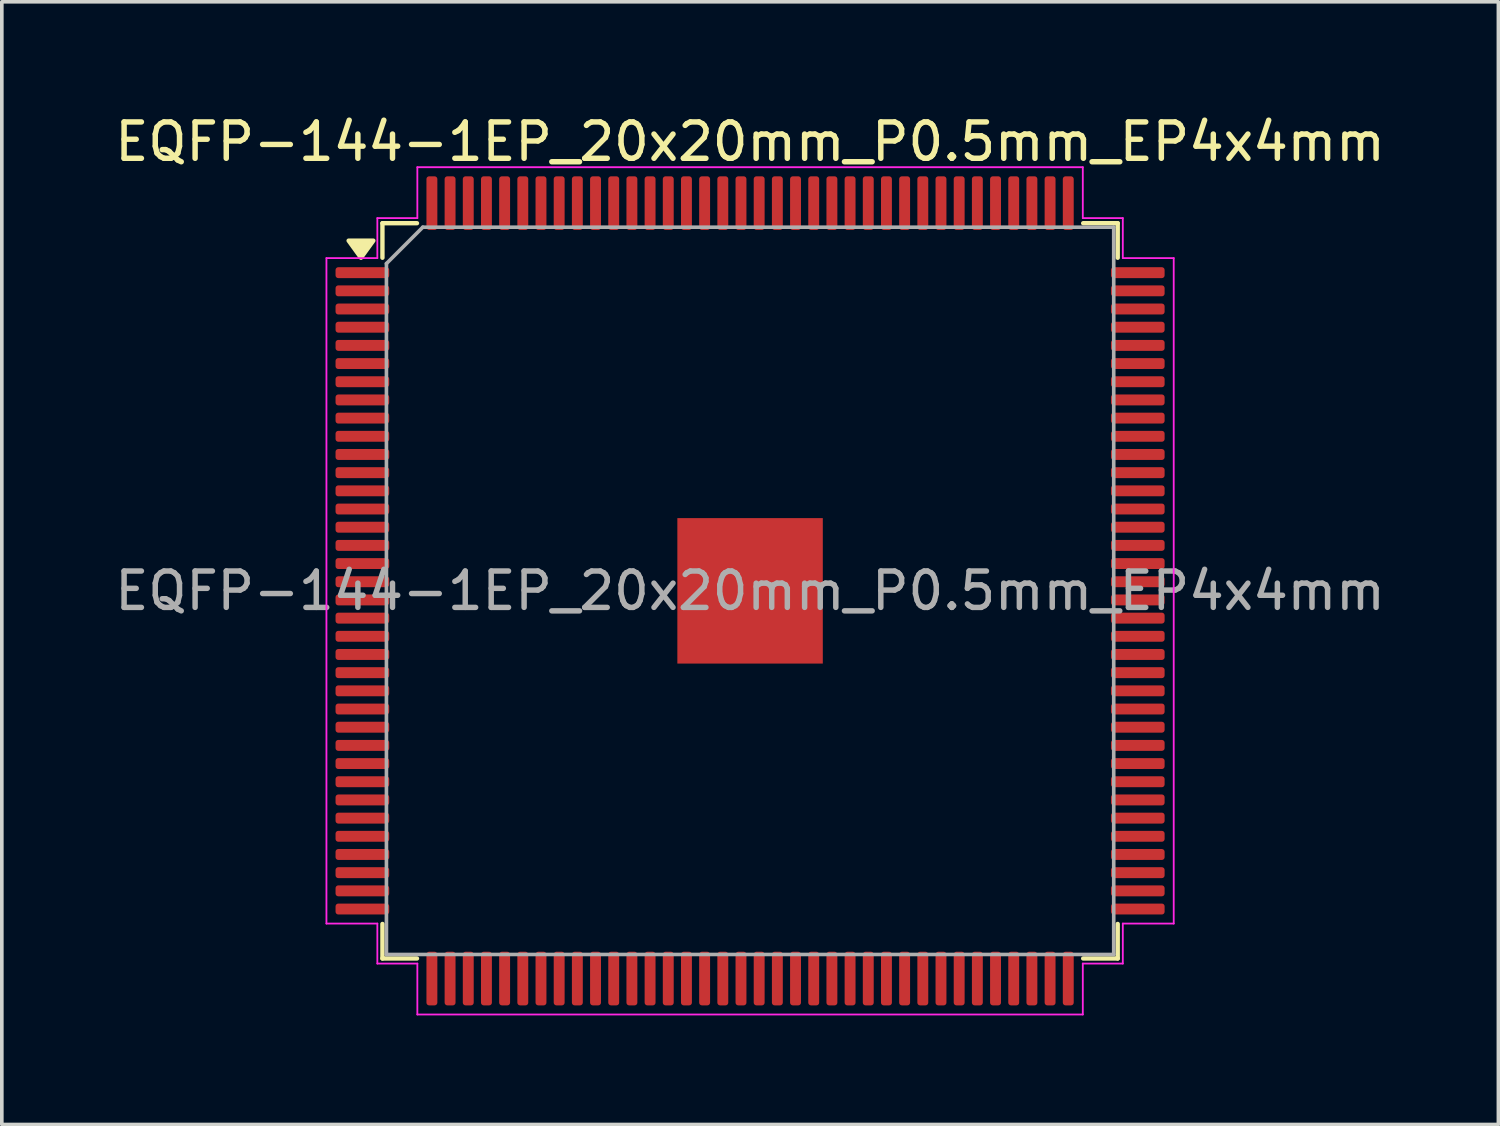
<source format=kicad_pcb>
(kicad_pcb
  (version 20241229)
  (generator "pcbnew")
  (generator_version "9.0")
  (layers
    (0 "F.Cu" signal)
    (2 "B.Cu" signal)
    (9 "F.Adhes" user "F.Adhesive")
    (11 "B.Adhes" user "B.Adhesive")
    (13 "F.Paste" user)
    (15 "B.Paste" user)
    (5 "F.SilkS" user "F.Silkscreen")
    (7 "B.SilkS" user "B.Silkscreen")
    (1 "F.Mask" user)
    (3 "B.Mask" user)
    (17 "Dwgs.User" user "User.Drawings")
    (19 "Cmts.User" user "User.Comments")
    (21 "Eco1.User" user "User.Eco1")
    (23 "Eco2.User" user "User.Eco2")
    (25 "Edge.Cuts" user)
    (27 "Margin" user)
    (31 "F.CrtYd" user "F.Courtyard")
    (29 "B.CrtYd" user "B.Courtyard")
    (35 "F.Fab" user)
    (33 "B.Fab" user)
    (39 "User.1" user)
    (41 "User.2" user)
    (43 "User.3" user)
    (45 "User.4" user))
  (footprint "EQFP-144-1EP_20x20mm_P0.5mm_EP4x4mm"
    (layer "F.Cu")
    (at 17.577 13.198)
    (property "Reference" "EQFP-144-1EP_20x20mm_P0.5mm_EP4x4mm" (at 0 -12.35 0) (layer "F.SilkS") (effects (font (size 1 1) (thickness 0.15))))
    (attr smd)
    (fp_line (start -10.11 -10.11) (end -10.11 -9.16) (stroke (width 0.12) (type solid)) (layer "F.SilkS"))
    (fp_line (start -10.11 10.11) (end -10.11 9.16) (stroke (width 0.12) (type solid)) (layer "F.SilkS"))
    (fp_line (start -9.16 -10.11) (end -10.11 -10.11) (stroke (width 0.12) (type solid)) (layer "F.SilkS"))
    (fp_line (start -9.16 10.11) (end -10.11 10.11) (stroke (width 0.12) (type solid)) (layer "F.SilkS"))
    (fp_line (start 9.16 -10.11) (end 10.11 -10.11) (stroke (width 0.12) (type solid)) (layer "F.SilkS"))
    (fp_line (start 9.16 10.11) (end 10.11 10.11) (stroke (width 0.12) (type solid)) (layer "F.SilkS"))
    (fp_line (start 10.11 -10.11) (end 10.11 -9.16) (stroke (width 0.12) (type solid)) (layer "F.SilkS"))
    (fp_line (start 10.11 10.11) (end 10.11 9.16) (stroke (width 0.12) (type solid)) (layer "F.SilkS"))
    (fp_poly (pts (xy -10.7 -9.16) (xy -11.04 -9.63) (xy -10.36 -9.63)) (stroke (width 0.12) (type solid)) (fill yes) (layer "F.SilkS"))
    (fp_line (start -11.65 -9.15) (end -10.25 -9.15) (stroke (width 0.05) (type solid)) (layer "F.CrtYd"))
    (fp_line (start -11.65 9.15) (end -11.65 -9.15) (stroke (width 0.05) (type solid)) (layer "F.CrtYd"))
    (fp_line (start -10.25 -10.25) (end -9.15 -10.25) (stroke (width 0.05) (type solid)) (layer "F.CrtYd"))
    (fp_line (start -10.25 -9.15) (end -10.25 -10.25) (stroke (width 0.05) (type solid)) (layer "F.CrtYd"))
    (fp_line (start -10.25 9.15) (end -11.65 9.15) (stroke (width 0.05) (type solid)) (layer "F.CrtYd"))
    (fp_line (start -10.25 10.25) (end -10.25 9.15) (stroke (width 0.05) (type solid)) (layer "F.CrtYd"))
    (fp_line (start -9.15 -11.65) (end 9.15 -11.65) (stroke (width 0.05) (type solid)) (layer "F.CrtYd"))
    (fp_line (start -9.15 -10.25) (end -9.15 -11.65) (stroke (width 0.05) (type solid)) (layer "F.CrtYd"))
    (fp_line (start -9.15 10.25) (end -10.25 10.25) (stroke (width 0.05) (type solid)) (layer "F.CrtYd"))
    (fp_line (start -9.15 11.65) (end -9.15 10.25) (stroke (width 0.05) (type solid)) (layer "F.CrtYd"))
    (fp_line (start 9.15 -11.65) (end 9.15 -10.25) (stroke (width 0.05) (type solid)) (layer "F.CrtYd"))
    (fp_line (start 9.15 -10.25) (end 10.25 -10.25) (stroke (width 0.05) (type solid)) (layer "F.CrtYd"))
    (fp_line (start 9.15 10.25) (end 9.15 11.65) (stroke (width 0.05) (type solid)) (layer "F.CrtYd"))
    (fp_line (start 9.15 11.65) (end -9.15 11.65) (stroke (width 0.05) (type solid)) (layer "F.CrtYd"))
    (fp_line (start 10.25 -10.25) (end 10.25 -9.15) (stroke (width 0.05) (type solid)) (layer "F.CrtYd"))
    (fp_line (start 10.25 -9.15) (end 11.65 -9.15) (stroke (width 0.05) (type solid)) (layer "F.CrtYd"))
    (fp_line (start 10.25 9.15) (end 10.25 10.25) (stroke (width 0.05) (type solid)) (layer "F.CrtYd"))
    (fp_line (start 10.25 10.25) (end 9.15 10.25) (stroke (width 0.05) (type solid)) (layer "F.CrtYd"))
    (fp_line (start 11.65 -9.15) (end 11.65 9.15) (stroke (width 0.05) (type solid)) (layer "F.CrtYd"))
    (fp_line (start 11.65 9.15) (end 10.25 9.15) (stroke (width 0.05) (type solid)) (layer "F.CrtYd"))
    (fp_line (start -10 -9) (end -9 -10) (stroke (width 0.1) (type solid)) (layer "F.Fab"))
    (fp_line (start -10 10) (end -10 -9) (stroke (width 0.1) (type solid)) (layer "F.Fab"))
    (fp_line (start -9 -10) (end 10 -10) (stroke (width 0.1) (type solid)) (layer "F.Fab"))
    (fp_line (start 10 -10) (end 10 10) (stroke (width 0.1) (type solid)) (layer "F.Fab"))
    (fp_line (start 10 10) (end -10 10) (stroke (width 0.1) (type solid)) (layer "F.Fab"))
    (fp_text user "${REFERENCE}" (at 0 0 0) (layer "F.Fab") (effects (font (size 1 1) (thickness 0.15))))
    (pad "" smd roundrect (at -1.33 -1.33) (size 1.07 1.07) (layers "F.Paste") (roundrect_rratio 0.234))
    (pad "" smd roundrect (at -1.33 0) (size 1.07 1.07) (layers "F.Paste") (roundrect_rratio 0.234))
    (pad "" smd roundrect (at -1.33 1.33) (size 1.07 1.07) (layers "F.Paste") (roundrect_rratio 0.234))
    (pad "" smd roundrect (at 0 -1.33) (size 1.07 1.07) (layers "F.Paste") (roundrect_rratio 0.234))
    (pad "" smd roundrect (at 0 0) (size 1.07 1.07) (layers "F.Paste") (roundrect_rratio 0.234))
    (pad "" smd roundrect (at 0 1.33) (size 1.07 1.07) (layers "F.Paste") (roundrect_rratio 0.234))
    (pad "" smd roundrect (at 1.33 -1.33) (size 1.07 1.07) (layers "F.Paste") (roundrect_rratio 0.234))
    (pad "" smd roundrect (at 1.33 0) (size 1.07 1.07) (layers "F.Paste") (roundrect_rratio 0.234))
    (pad "" smd roundrect (at 1.33 1.33) (size 1.07 1.07) (layers "F.Paste") (roundrect_rratio 0.234))
    (pad "1" smd roundrect (at -10.662 -8.75) (size 1.475 0.3) (layers "F.Cu" "F.Mask" "F.Paste") (roundrect_rratio 0.25))
    (pad "2" smd roundrect (at -10.662 -8.25) (size 1.475 0.3) (layers "F.Cu" "F.Mask" "F.Paste") (roundrect_rratio 0.25))
    (pad "3" smd roundrect (at -10.662 -7.75) (size 1.475 0.3) (layers "F.Cu" "F.Mask" "F.Paste") (roundrect_rratio 0.25))
    (pad "4" smd roundrect (at -10.662 -7.25) (size 1.475 0.3) (layers "F.Cu" "F.Mask" "F.Paste") (roundrect_rratio 0.25))
    (pad "5" smd roundrect (at -10.662 -6.75) (size 1.475 0.3) (layers "F.Cu" "F.Mask" "F.Paste") (roundrect_rratio 0.25))
    (pad "6" smd roundrect (at -10.662 -6.25) (size 1.475 0.3) (layers "F.Cu" "F.Mask" "F.Paste") (roundrect_rratio 0.25))
    (pad "7" smd roundrect (at -10.662 -5.75) (size 1.475 0.3) (layers "F.Cu" "F.Mask" "F.Paste") (roundrect_rratio 0.25))
    (pad "8" smd roundrect (at -10.662 -5.25) (size 1.475 0.3) (layers "F.Cu" "F.Mask" "F.Paste") (roundrect_rratio 0.25))
    (pad "9" smd roundrect (at -10.662 -4.75) (size 1.475 0.3) (layers "F.Cu" "F.Mask" "F.Paste") (roundrect_rratio 0.25))
    (pad "10" smd roundrect (at -10.662 -4.25) (size 1.475 0.3) (layers "F.Cu" "F.Mask" "F.Paste") (roundrect_rratio 0.25))
    (pad "11" smd roundrect (at -10.662 -3.75) (size 1.475 0.3) (layers "F.Cu" "F.Mask" "F.Paste") (roundrect_rratio 0.25))
    (pad "12" smd roundrect (at -10.662 -3.25) (size 1.475 0.3) (layers "F.Cu" "F.Mask" "F.Paste") (roundrect_rratio 0.25))
    (pad "13" smd roundrect (at -10.662 -2.75) (size 1.475 0.3) (layers "F.Cu" "F.Mask" "F.Paste") (roundrect_rratio 0.25))
    (pad "14" smd roundrect (at -10.662 -2.25) (size 1.475 0.3) (layers "F.Cu" "F.Mask" "F.Paste") (roundrect_rratio 0.25))
    (pad "15" smd roundrect (at -10.662 -1.75) (size 1.475 0.3) (layers "F.Cu" "F.Mask" "F.Paste") (roundrect_rratio 0.25))
    (pad "16" smd roundrect (at -10.662 -1.25) (size 1.475 0.3) (layers "F.Cu" "F.Mask" "F.Paste") (roundrect_rratio 0.25))
    (pad "17" smd roundrect (at -10.662 -0.75) (size 1.475 0.3) (layers "F.Cu" "F.Mask" "F.Paste") (roundrect_rratio 0.25))
    (pad "18" smd roundrect (at -10.662 -0.25) (size 1.475 0.3) (layers "F.Cu" "F.Mask" "F.Paste") (roundrect_rratio 0.25))
    (pad "19" smd roundrect (at -10.662 0.25) (size 1.475 0.3) (layers "F.Cu" "F.Mask" "F.Paste") (roundrect_rratio 0.25))
    (pad "20" smd roundrect (at -10.662 0.75) (size 1.475 0.3) (layers "F.Cu" "F.Mask" "F.Paste") (roundrect_rratio 0.25))
    (pad "21" smd roundrect (at -10.662 1.25) (size 1.475 0.3) (layers "F.Cu" "F.Mask" "F.Paste") (roundrect_rratio 0.25))
    (pad "22" smd roundrect (at -10.662 1.75) (size 1.475 0.3) (layers "F.Cu" "F.Mask" "F.Paste") (roundrect_rratio 0.25))
    (pad "23" smd roundrect (at -10.662 2.25) (size 1.475 0.3) (layers "F.Cu" "F.Mask" "F.Paste") (roundrect_rratio 0.25))
    (pad "24" smd roundrect (at -10.662 2.75) (size 1.475 0.3) (layers "F.Cu" "F.Mask" "F.Paste") (roundrect_rratio 0.25))
    (pad "25" smd roundrect (at -10.662 3.25) (size 1.475 0.3) (layers "F.Cu" "F.Mask" "F.Paste") (roundrect_rratio 0.25))
    (pad "26" smd roundrect (at -10.662 3.75) (size 1.475 0.3) (layers "F.Cu" "F.Mask" "F.Paste") (roundrect_rratio 0.25))
    (pad "27" smd roundrect (at -10.662 4.25) (size 1.475 0.3) (layers "F.Cu" "F.Mask" "F.Paste") (roundrect_rratio 0.25))
    (pad "28" smd roundrect (at -10.662 4.75) (size 1.475 0.3) (layers "F.Cu" "F.Mask" "F.Paste") (roundrect_rratio 0.25))
    (pad "29" smd roundrect (at -10.662 5.25) (size 1.475 0.3) (layers "F.Cu" "F.Mask" "F.Paste") (roundrect_rratio 0.25))
    (pad "30" smd roundrect (at -10.662 5.75) (size 1.475 0.3) (layers "F.Cu" "F.Mask" "F.Paste") (roundrect_rratio 0.25))
    (pad "31" smd roundrect (at -10.662 6.25) (size 1.475 0.3) (layers "F.Cu" "F.Mask" "F.Paste") (roundrect_rratio 0.25))
    (pad "32" smd roundrect (at -10.662 6.75) (size 1.475 0.3) (layers "F.Cu" "F.Mask" "F.Paste") (roundrect_rratio 0.25))
    (pad "33" smd roundrect (at -10.662 7.25) (size 1.475 0.3) (layers "F.Cu" "F.Mask" "F.Paste") (roundrect_rratio 0.25))
    (pad "34" smd roundrect (at -10.662 7.75) (size 1.475 0.3) (layers "F.Cu" "F.Mask" "F.Paste") (roundrect_rratio 0.25))
    (pad "35" smd roundrect (at -10.662 8.25) (size 1.475 0.3) (layers "F.Cu" "F.Mask" "F.Paste") (roundrect_rratio 0.25))
    (pad "36" smd roundrect (at -10.662 8.75) (size 1.475 0.3) (layers "F.Cu" "F.Mask" "F.Paste") (roundrect_rratio 0.25))
    (pad "37" smd roundrect (at -8.75 10.662) (size 0.3 1.475) (layers "F.Cu" "F.Mask" "F.Paste") (roundrect_rratio 0.25))
    (pad "38" smd roundrect (at -8.25 10.662) (size 0.3 1.475) (layers "F.Cu" "F.Mask" "F.Paste") (roundrect_rratio 0.25))
    (pad "39" smd roundrect (at -7.75 10.662) (size 0.3 1.475) (layers "F.Cu" "F.Mask" "F.Paste") (roundrect_rratio 0.25))
    (pad "40" smd roundrect (at -7.25 10.662) (size 0.3 1.475) (layers "F.Cu" "F.Mask" "F.Paste") (roundrect_rratio 0.25))
    (pad "41" smd roundrect (at -6.75 10.662) (size 0.3 1.475) (layers "F.Cu" "F.Mask" "F.Paste") (roundrect_rratio 0.25))
    (pad "42" smd roundrect (at -6.25 10.662) (size 0.3 1.475) (layers "F.Cu" "F.Mask" "F.Paste") (roundrect_rratio 0.25))
    (pad "43" smd roundrect (at -5.75 10.662) (size 0.3 1.475) (layers "F.Cu" "F.Mask" "F.Paste") (roundrect_rratio 0.25))
    (pad "44" smd roundrect (at -5.25 10.662) (size 0.3 1.475) (layers "F.Cu" "F.Mask" "F.Paste") (roundrect_rratio 0.25))
    (pad "45" smd roundrect (at -4.75 10.662) (size 0.3 1.475) (layers "F.Cu" "F.Mask" "F.Paste") (roundrect_rratio 0.25))
    (pad "46" smd roundrect (at -4.25 10.662) (size 0.3 1.475) (layers "F.Cu" "F.Mask" "F.Paste") (roundrect_rratio 0.25))
    (pad "47" smd roundrect (at -3.75 10.662) (size 0.3 1.475) (layers "F.Cu" "F.Mask" "F.Paste") (roundrect_rratio 0.25))
    (pad "48" smd roundrect (at -3.25 10.662) (size 0.3 1.475) (layers "F.Cu" "F.Mask" "F.Paste") (roundrect_rratio 0.25))
    (pad "49" smd roundrect (at -2.75 10.662) (size 0.3 1.475) (layers "F.Cu" "F.Mask" "F.Paste") (roundrect_rratio 0.25))
    (pad "50" smd roundrect (at -2.25 10.662) (size 0.3 1.475) (layers "F.Cu" "F.Mask" "F.Paste") (roundrect_rratio 0.25))
    (pad "51" smd roundrect (at -1.75 10.662) (size 0.3 1.475) (layers "F.Cu" "F.Mask" "F.Paste") (roundrect_rratio 0.25))
    (pad "52" smd roundrect (at -1.25 10.662) (size 0.3 1.475) (layers "F.Cu" "F.Mask" "F.Paste") (roundrect_rratio 0.25))
    (pad "53" smd roundrect (at -0.75 10.662) (size 0.3 1.475) (layers "F.Cu" "F.Mask" "F.Paste") (roundrect_rratio 0.25))
    (pad "54" smd roundrect (at -0.25 10.662) (size 0.3 1.475) (layers "F.Cu" "F.Mask" "F.Paste") (roundrect_rratio 0.25))
    (pad "55" smd roundrect (at 0.25 10.662) (size 0.3 1.475) (layers "F.Cu" "F.Mask" "F.Paste") (roundrect_rratio 0.25))
    (pad "56" smd roundrect (at 0.75 10.662) (size 0.3 1.475) (layers "F.Cu" "F.Mask" "F.Paste") (roundrect_rratio 0.25))
    (pad "57" smd roundrect (at 1.25 10.662) (size 0.3 1.475) (layers "F.Cu" "F.Mask" "F.Paste") (roundrect_rratio 0.25))
    (pad "58" smd roundrect (at 1.75 10.662) (size 0.3 1.475) (layers "F.Cu" "F.Mask" "F.Paste") (roundrect_rratio 0.25))
    (pad "59" smd roundrect (at 2.25 10.662) (size 0.3 1.475) (layers "F.Cu" "F.Mask" "F.Paste") (roundrect_rratio 0.25))
    (pad "60" smd roundrect (at 2.75 10.662) (size 0.3 1.475) (layers "F.Cu" "F.Mask" "F.Paste") (roundrect_rratio 0.25))
    (pad "61" smd roundrect (at 3.25 10.662) (size 0.3 1.475) (layers "F.Cu" "F.Mask" "F.Paste") (roundrect_rratio 0.25))
    (pad "62" smd roundrect (at 3.75 10.662) (size 0.3 1.475) (layers "F.Cu" "F.Mask" "F.Paste") (roundrect_rratio 0.25))
    (pad "63" smd roundrect (at 4.25 10.662) (size 0.3 1.475) (layers "F.Cu" "F.Mask" "F.Paste") (roundrect_rratio 0.25))
    (pad "64" smd roundrect (at 4.75 10.662) (size 0.3 1.475) (layers "F.Cu" "F.Mask" "F.Paste") (roundrect_rratio 0.25))
    (pad "65" smd roundrect (at 5.25 10.662) (size 0.3 1.475) (layers "F.Cu" "F.Mask" "F.Paste") (roundrect_rratio 0.25))
    (pad "66" smd roundrect (at 5.75 10.662) (size 0.3 1.475) (layers "F.Cu" "F.Mask" "F.Paste") (roundrect_rratio 0.25))
    (pad "67" smd roundrect (at 6.25 10.662) (size 0.3 1.475) (layers "F.Cu" "F.Mask" "F.Paste") (roundrect_rratio 0.25))
    (pad "68" smd roundrect (at 6.75 10.662) (size 0.3 1.475) (layers "F.Cu" "F.Mask" "F.Paste") (roundrect_rratio 0.25))
    (pad "69" smd roundrect (at 7.25 10.662) (size 0.3 1.475) (layers "F.Cu" "F.Mask" "F.Paste") (roundrect_rratio 0.25))
    (pad "70" smd roundrect (at 7.75 10.662) (size 0.3 1.475) (layers "F.Cu" "F.Mask" "F.Paste") (roundrect_rratio 0.25))
    (pad "71" smd roundrect (at 8.25 10.662) (size 0.3 1.475) (layers "F.Cu" "F.Mask" "F.Paste") (roundrect_rratio 0.25))
    (pad "72" smd roundrect (at 8.75 10.662) (size 0.3 1.475) (layers "F.Cu" "F.Mask" "F.Paste") (roundrect_rratio 0.25))
    (pad "73" smd roundrect (at 10.662 8.75) (size 1.475 0.3) (layers "F.Cu" "F.Mask" "F.Paste") (roundrect_rratio 0.25))
    (pad "74" smd roundrect (at 10.662 8.25) (size 1.475 0.3) (layers "F.Cu" "F.Mask" "F.Paste") (roundrect_rratio 0.25))
    (pad "75" smd roundrect (at 10.662 7.75) (size 1.475 0.3) (layers "F.Cu" "F.Mask" "F.Paste") (roundrect_rratio 0.25))
    (pad "76" smd roundrect (at 10.662 7.25) (size 1.475 0.3) (layers "F.Cu" "F.Mask" "F.Paste") (roundrect_rratio 0.25))
    (pad "77" smd roundrect (at 10.662 6.75) (size 1.475 0.3) (layers "F.Cu" "F.Mask" "F.Paste") (roundrect_rratio 0.25))
    (pad "78" smd roundrect (at 10.662 6.25) (size 1.475 0.3) (layers "F.Cu" "F.Mask" "F.Paste") (roundrect_rratio 0.25))
    (pad "79" smd roundrect (at 10.662 5.75) (size 1.475 0.3) (layers "F.Cu" "F.Mask" "F.Paste") (roundrect_rratio 0.25))
    (pad "80" smd roundrect (at 10.662 5.25) (size 1.475 0.3) (layers "F.Cu" "F.Mask" "F.Paste") (roundrect_rratio 0.25))
    (pad "81" smd roundrect (at 10.662 4.75) (size 1.475 0.3) (layers "F.Cu" "F.Mask" "F.Paste") (roundrect_rratio 0.25))
    (pad "82" smd roundrect (at 10.662 4.25) (size 1.475 0.3) (layers "F.Cu" "F.Mask" "F.Paste") (roundrect_rratio 0.25))
    (pad "83" smd roundrect (at 10.662 3.75) (size 1.475 0.3) (layers "F.Cu" "F.Mask" "F.Paste") (roundrect_rratio 0.25))
    (pad "84" smd roundrect (at 10.662 3.25) (size 1.475 0.3) (layers "F.Cu" "F.Mask" "F.Paste") (roundrect_rratio 0.25))
    (pad "85" smd roundrect (at 10.662 2.75) (size 1.475 0.3) (layers "F.Cu" "F.Mask" "F.Paste") (roundrect_rratio 0.25))
    (pad "86" smd roundrect (at 10.662 2.25) (size 1.475 0.3) (layers "F.Cu" "F.Mask" "F.Paste") (roundrect_rratio 0.25))
    (pad "87" smd roundrect (at 10.662 1.75) (size 1.475 0.3) (layers "F.Cu" "F.Mask" "F.Paste") (roundrect_rratio 0.25))
    (pad "88" smd roundrect (at 10.662 1.25) (size 1.475 0.3) (layers "F.Cu" "F.Mask" "F.Paste") (roundrect_rratio 0.25))
    (pad "89" smd roundrect (at 10.662 0.75) (size 1.475 0.3) (layers "F.Cu" "F.Mask" "F.Paste") (roundrect_rratio 0.25))
    (pad "90" smd roundrect (at 10.662 0.25) (size 1.475 0.3) (layers "F.Cu" "F.Mask" "F.Paste") (roundrect_rratio 0.25))
    (pad "91" smd roundrect (at 10.662 -0.25) (size 1.475 0.3) (layers "F.Cu" "F.Mask" "F.Paste") (roundrect_rratio 0.25))
    (pad "92" smd roundrect (at 10.662 -0.75) (size 1.475 0.3) (layers "F.Cu" "F.Mask" "F.Paste") (roundrect_rratio 0.25))
    (pad "93" smd roundrect (at 10.662 -1.25) (size 1.475 0.3) (layers "F.Cu" "F.Mask" "F.Paste") (roundrect_rratio 0.25))
    (pad "94" smd roundrect (at 10.662 -1.75) (size 1.475 0.3) (layers "F.Cu" "F.Mask" "F.Paste") (roundrect_rratio 0.25))
    (pad "95" smd roundrect (at 10.662 -2.25) (size 1.475 0.3) (layers "F.Cu" "F.Mask" "F.Paste") (roundrect_rratio 0.25))
    (pad "96" smd roundrect (at 10.662 -2.75) (size 1.475 0.3) (layers "F.Cu" "F.Mask" "F.Paste") (roundrect_rratio 0.25))
    (pad "97" smd roundrect (at 10.662 -3.25) (size 1.475 0.3) (layers "F.Cu" "F.Mask" "F.Paste") (roundrect_rratio 0.25))
    (pad "98" smd roundrect (at 10.662 -3.75) (size 1.475 0.3) (layers "F.Cu" "F.Mask" "F.Paste") (roundrect_rratio 0.25))
    (pad "99" smd roundrect (at 10.662 -4.25) (size 1.475 0.3) (layers "F.Cu" "F.Mask" "F.Paste") (roundrect_rratio 0.25))
    (pad "100" smd roundrect (at 10.662 -4.75) (size 1.475 0.3) (layers "F.Cu" "F.Mask" "F.Paste") (roundrect_rratio 0.25))
    (pad "101" smd roundrect (at 10.662 -5.25) (size 1.475 0.3) (layers "F.Cu" "F.Mask" "F.Paste") (roundrect_rratio 0.25))
    (pad "102" smd roundrect (at 10.662 -5.75) (size 1.475 0.3) (layers "F.Cu" "F.Mask" "F.Paste") (roundrect_rratio 0.25))
    (pad "103" smd roundrect (at 10.662 -6.25) (size 1.475 0.3) (layers "F.Cu" "F.Mask" "F.Paste") (roundrect_rratio 0.25))
    (pad "104" smd roundrect (at 10.662 -6.75) (size 1.475 0.3) (layers "F.Cu" "F.Mask" "F.Paste") (roundrect_rratio 0.25))
    (pad "105" smd roundrect (at 10.662 -7.25) (size 1.475 0.3) (layers "F.Cu" "F.Mask" "F.Paste") (roundrect_rratio 0.25))
    (pad "106" smd roundrect (at 10.662 -7.75) (size 1.475 0.3) (layers "F.Cu" "F.Mask" "F.Paste") (roundrect_rratio 0.25))
    (pad "107" smd roundrect (at 10.662 -8.25) (size 1.475 0.3) (layers "F.Cu" "F.Mask" "F.Paste") (roundrect_rratio 0.25))
    (pad "108" smd roundrect (at 10.662 -8.75) (size 1.475 0.3) (layers "F.Cu" "F.Mask" "F.Paste") (roundrect_rratio 0.25))
    (pad "109" smd roundrect (at 8.75 -10.662) (size 0.3 1.475) (layers "F.Cu" "F.Mask" "F.Paste") (roundrect_rratio 0.25))
    (pad "110" smd roundrect (at 8.25 -10.662) (size 0.3 1.475) (layers "F.Cu" "F.Mask" "F.Paste") (roundrect_rratio 0.25))
    (pad "111" smd roundrect (at 7.75 -10.662) (size 0.3 1.475) (layers "F.Cu" "F.Mask" "F.Paste") (roundrect_rratio 0.25))
    (pad "112" smd roundrect (at 7.25 -10.662) (size 0.3 1.475) (layers "F.Cu" "F.Mask" "F.Paste") (roundrect_rratio 0.25))
    (pad "113" smd roundrect (at 6.75 -10.662) (size 0.3 1.475) (layers "F.Cu" "F.Mask" "F.Paste") (roundrect_rratio 0.25))
    (pad "114" smd roundrect (at 6.25 -10.662) (size 0.3 1.475) (layers "F.Cu" "F.Mask" "F.Paste") (roundrect_rratio 0.25))
    (pad "115" smd roundrect (at 5.75 -10.662) (size 0.3 1.475) (layers "F.Cu" "F.Mask" "F.Paste") (roundrect_rratio 0.25))
    (pad "116" smd roundrect (at 5.25 -10.662) (size 0.3 1.475) (layers "F.Cu" "F.Mask" "F.Paste") (roundrect_rratio 0.25))
    (pad "117" smd roundrect (at 4.75 -10.662) (size 0.3 1.475) (layers "F.Cu" "F.Mask" "F.Paste") (roundrect_rratio 0.25))
    (pad "118" smd roundrect (at 4.25 -10.662) (size 0.3 1.475) (layers "F.Cu" "F.Mask" "F.Paste") (roundrect_rratio 0.25))
    (pad "119" smd roundrect (at 3.75 -10.662) (size 0.3 1.475) (layers "F.Cu" "F.Mask" "F.Paste") (roundrect_rratio 0.25))
    (pad "120" smd roundrect (at 3.25 -10.662) (size 0.3 1.475) (layers "F.Cu" "F.Mask" "F.Paste") (roundrect_rratio 0.25))
    (pad "121" smd roundrect (at 2.75 -10.662) (size 0.3 1.475) (layers "F.Cu" "F.Mask" "F.Paste") (roundrect_rratio 0.25))
    (pad "122" smd roundrect (at 2.25 -10.662) (size 0.3 1.475) (layers "F.Cu" "F.Mask" "F.Paste") (roundrect_rratio 0.25))
    (pad "123" smd roundrect (at 1.75 -10.662) (size 0.3 1.475) (layers "F.Cu" "F.Mask" "F.Paste") (roundrect_rratio 0.25))
    (pad "124" smd roundrect (at 1.25 -10.662) (size 0.3 1.475) (layers "F.Cu" "F.Mask" "F.Paste") (roundrect_rratio 0.25))
    (pad "125" smd roundrect (at 0.75 -10.662) (size 0.3 1.475) (layers "F.Cu" "F.Mask" "F.Paste") (roundrect_rratio 0.25))
    (pad "126" smd roundrect (at 0.25 -10.662) (size 0.3 1.475) (layers "F.Cu" "F.Mask" "F.Paste") (roundrect_rratio 0.25))
    (pad "127" smd roundrect (at -0.25 -10.662) (size 0.3 1.475) (layers "F.Cu" "F.Mask" "F.Paste") (roundrect_rratio 0.25))
    (pad "128" smd roundrect (at -0.75 -10.662) (size 0.3 1.475) (layers "F.Cu" "F.Mask" "F.Paste") (roundrect_rratio 0.25))
    (pad "129" smd roundrect (at -1.25 -10.662) (size 0.3 1.475) (layers "F.Cu" "F.Mask" "F.Paste") (roundrect_rratio 0.25))
    (pad "130" smd roundrect (at -1.75 -10.662) (size 0.3 1.475) (layers "F.Cu" "F.Mask" "F.Paste") (roundrect_rratio 0.25))
    (pad "131" smd roundrect (at -2.25 -10.662) (size 0.3 1.475) (layers "F.Cu" "F.Mask" "F.Paste") (roundrect_rratio 0.25))
    (pad "132" smd roundrect (at -2.75 -10.662) (size 0.3 1.475) (layers "F.Cu" "F.Mask" "F.Paste") (roundrect_rratio 0.25))
    (pad "133" smd roundrect (at -3.25 -10.662) (size 0.3 1.475) (layers "F.Cu" "F.Mask" "F.Paste") (roundrect_rratio 0.25))
    (pad "134" smd roundrect (at -3.75 -10.662) (size 0.3 1.475) (layers "F.Cu" "F.Mask" "F.Paste") (roundrect_rratio 0.25))
    (pad "135" smd roundrect (at -4.25 -10.662) (size 0.3 1.475) (layers "F.Cu" "F.Mask" "F.Paste") (roundrect_rratio 0.25))
    (pad "136" smd roundrect (at -4.75 -10.662) (size 0.3 1.475) (layers "F.Cu" "F.Mask" "F.Paste") (roundrect_rratio 0.25))
    (pad "137" smd roundrect (at -5.25 -10.662) (size 0.3 1.475) (layers "F.Cu" "F.Mask" "F.Paste") (roundrect_rratio 0.25))
    (pad "138" smd roundrect (at -5.75 -10.662) (size 0.3 1.475) (layers "F.Cu" "F.Mask" "F.Paste") (roundrect_rratio 0.25))
    (pad "139" smd roundrect (at -6.25 -10.662) (size 0.3 1.475) (layers "F.Cu" "F.Mask" "F.Paste") (roundrect_rratio 0.25))
    (pad "140" smd roundrect (at -6.75 -10.662) (size 0.3 1.475) (layers "F.Cu" "F.Mask" "F.Paste") (roundrect_rratio 0.25))
    (pad "141" smd roundrect (at -7.25 -10.662) (size 0.3 1.475) (layers "F.Cu" "F.Mask" "F.Paste") (roundrect_rratio 0.25))
    (pad "142" smd roundrect (at -7.75 -10.662) (size 0.3 1.475) (layers "F.Cu" "F.Mask" "F.Paste") (roundrect_rratio 0.25))
    (pad "143" smd roundrect (at -8.25 -10.662) (size 0.3 1.475) (layers "F.Cu" "F.Mask" "F.Paste") (roundrect_rratio 0.25))
    (pad "144" smd roundrect (at -8.75 -10.662) (size 0.3 1.475) (layers "F.Cu" "F.Mask" "F.Paste") (roundrect_rratio 0.25))
    (pad "145" smd rect (at 0 0) (size 4 4) (property pad_prop_heatsink) (layers "F.Cu" "F.Mask")))
  (gr_rect
    (start -3 -3)
    (end 38.155 27.873)
    (stroke (width 0.1) (type default))
    (fill no)
    (layer "Edge.Cuts")))
</source>
